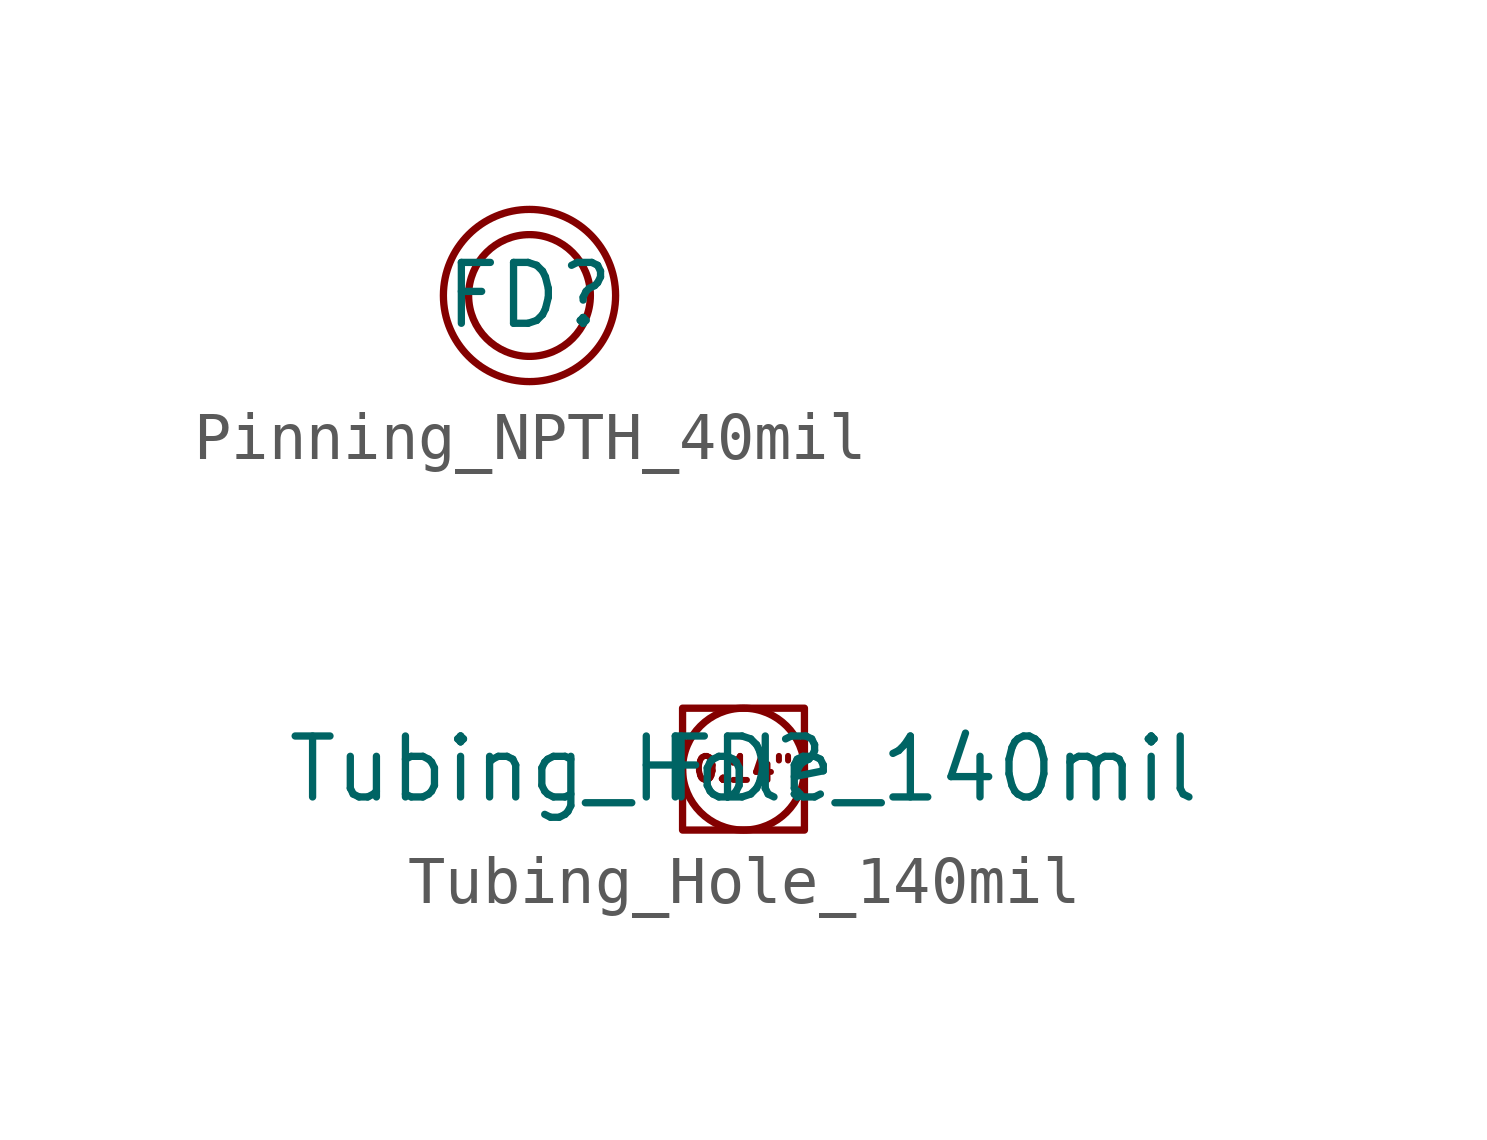
<source format=kicad_sym>
(kicad_symbol_lib
  (version 20211014)
  (generator kicad_symbol_editor)
  (symbol "Pinning_NPTH_40mil"
    (pin_numbers hide)
    (pin_names
      (offset 0) hide)
    (property "Reference" "FD"
      (at 0 0 0)
      (effects (font (size 1.27 1.27))))
    (symbol "Pinning_NPTH_40mil_0_1"
      (circle (center 0 0) (radius 1.27) (stroke (width 0) (type default) (color 0 0 0 0)) (fill (type none)))
      (circle (center 0 0) (radius 1.796) (stroke (width 0) (type default) (color 0 0 0 0)) (fill (type none)))))
  (symbol "Tubing_Hole_140mil"
    (pin_numbers hide)
    (pin_names
      (offset 0) hide)
    (property "Reference" "FD"
      (at 0 0 0)
      (effects (font (size 1.27 1.27))))
    (property "Value" "Tubing_Hole_140mil"
      (at 0 0 0)
      (effects (font (size 1.27 1.27))))
    (symbol "Tubing_Hole_140mil_0_0"
      (text "0.14\"" (at 0 0 0) (effects (font (size 0.5 0.5)))))
    (symbol "Tubing_Hole_140mil_0_1"
      (rectangle (start -1.27 1.27) (end 1.27 -1.27) (stroke (width 0) (type default) (color 0 0 0 0)) (fill (type none)))
      (circle (center 0 0) (radius 1.27) (stroke (width 0) (type default) (color 0 0 0 0)) (fill (type none))))))
</source>
